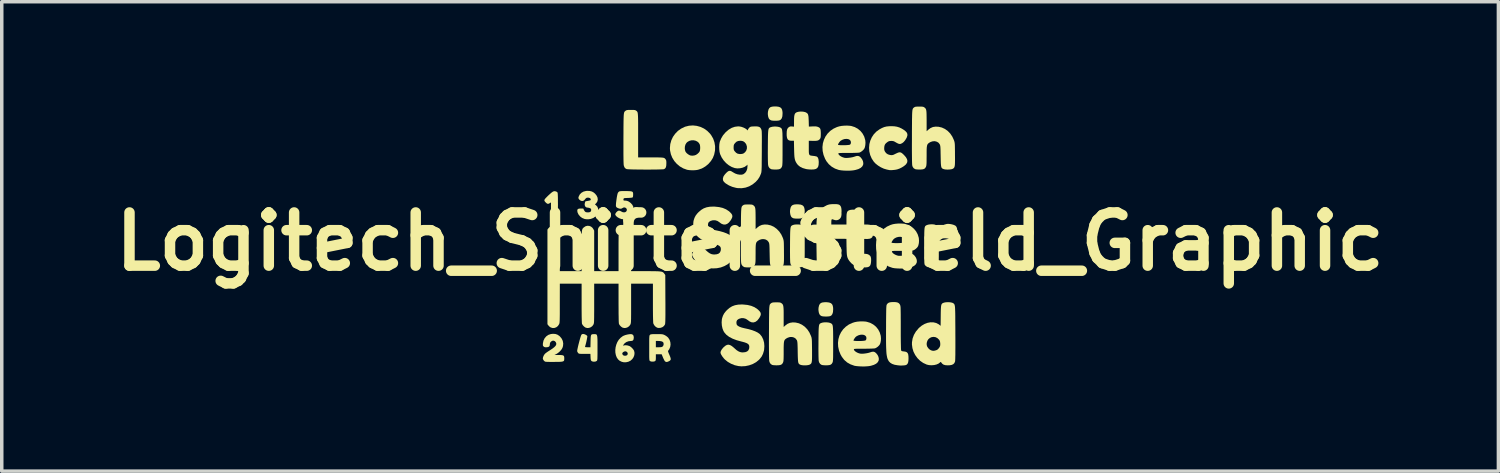
<source format=kicad_pcb>
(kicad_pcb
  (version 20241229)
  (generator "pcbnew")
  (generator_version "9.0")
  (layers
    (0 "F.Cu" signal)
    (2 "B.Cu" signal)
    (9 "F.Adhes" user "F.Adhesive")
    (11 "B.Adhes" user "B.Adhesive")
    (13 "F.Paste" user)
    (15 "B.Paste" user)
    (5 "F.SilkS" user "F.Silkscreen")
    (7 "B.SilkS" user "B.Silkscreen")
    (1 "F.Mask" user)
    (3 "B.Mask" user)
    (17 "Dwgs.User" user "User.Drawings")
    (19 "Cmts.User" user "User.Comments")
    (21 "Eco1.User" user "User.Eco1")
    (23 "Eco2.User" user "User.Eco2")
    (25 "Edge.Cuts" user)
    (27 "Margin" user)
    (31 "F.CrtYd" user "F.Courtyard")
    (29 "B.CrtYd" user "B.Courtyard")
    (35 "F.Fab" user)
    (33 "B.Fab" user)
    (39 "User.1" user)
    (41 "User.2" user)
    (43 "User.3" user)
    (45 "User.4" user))
  (footprint "Logitech_Shifter_Shield_Graphic"
    (layer "F.Cu")
    (at 18.44 3.872)
    (property "Reference" "Logitech_Shifter_Shield_Graphic" (at 0 0 0) (layer "F.SilkS") (effects (font (size 1.524 1.524) (thickness 0.3))))
    (attr board_only exclude_from_pos_files exclude_from_bom)
    (fp_poly (pts (xy 0.748 -3.872) (xy 0.814 -3.864) (xy 0.863 -3.847) (xy 0.898 -3.817) (xy 0.919 -3.773) (xy 0.93 -3.713) (xy 0.931 -3.667) (xy 0.926 -3.591) (xy 0.909 -3.534) (xy 0.881 -3.495) (xy 0.847 -3.475) (xy 0.812 -3.467) (xy 0.766 -3.463) (xy 0.714 -3.462) (xy 0.664 -3.464) (xy 0.622 -3.469) (xy 0.598 -3.476) (xy 0.562 -3.497) (xy 0.538 -3.527) (xy 0.522 -3.57) (xy 0.516 -3.598) (xy 0.509 -3.655) (xy 0.512 -3.711) (xy 0.516 -3.733) (xy 0.529 -3.785) (xy 0.551 -3.824) (xy 0.583 -3.851) (xy 0.629 -3.866) (xy 0.69 -3.872)) (stroke (width 0) (type solid)) (fill yes) (layer "F.SilkS"))
    (fp_poly (pts (xy 1.383 -1.067) (xy 1.449 -1.06) (xy 1.498 -1.042) (xy 1.533 -1.012) (xy 1.554 -0.968) (xy 1.565 -0.908) (xy 1.566 -0.862) (xy 1.561 -0.787) (xy 1.544 -0.729) (xy 1.516 -0.69) (xy 1.482 -0.67) (xy 1.447 -0.663) (xy 1.401 -0.659) (xy 1.349 -0.658) (xy 1.299 -0.66) (xy 1.257 -0.665) (xy 1.233 -0.671) (xy 1.197 -0.692) (xy 1.173 -0.722) (xy 1.157 -0.766) (xy 1.151 -0.793) (xy 1.144 -0.85) (xy 1.147 -0.906) (xy 1.151 -0.928) (xy 1.164 -0.981) (xy 1.186 -1.02) (xy 1.218 -1.046) (xy 1.264 -1.062) (xy 1.325 -1.068)) (stroke (width 0) (type solid)) (fill yes) (layer "F.SilkS"))
    (fp_poly (pts (xy 2.197 1.737) (xy 2.264 1.745) (xy 2.313 1.763) (xy 2.348 1.792) (xy 2.369 1.836) (xy 2.38 1.897) (xy 2.381 1.942) (xy 2.376 2.018) (xy 2.359 2.075) (xy 2.331 2.115) (xy 2.297 2.135) (xy 2.262 2.142) (xy 2.216 2.146) (xy 2.164 2.147) (xy 2.114 2.145) (xy 2.072 2.14) (xy 2.048 2.134) (xy 2.012 2.112) (xy 1.988 2.082) (xy 1.972 2.039) (xy 1.966 2.011) (xy 1.959 1.954) (xy 1.962 1.898) (xy 1.966 1.877) (xy 1.979 1.824) (xy 2.001 1.785) (xy 2.033 1.758) (xy 2.079 1.743) (xy 2.14 1.737)) (stroke (width 0) (type solid)) (fill yes) (layer "F.SilkS"))
    (fp_poly (pts (xy -5.579 -1.442) (xy -5.564 -1.437) (xy -5.534 -1.425) (xy -5.518 -1.409) (xy -5.513 -1.392) (xy -5.51 -1.369) (xy -5.508 -1.329) (xy -5.506 -1.275) (xy -5.505 -1.21) (xy -5.505 -1.139) (xy -5.504 -1.063) (xy -5.505 -0.987) (xy -5.506 -0.913) (xy -5.507 -0.845) (xy -5.508 -0.787) (xy -5.51 -0.741) (xy -5.513 -0.711) (xy -5.515 -0.701) (xy -5.535 -0.672) (xy -5.569 -0.653) (xy -5.61 -0.646) (xy -5.652 -0.653) (xy -5.669 -0.66) (xy -5.682 -0.669) (xy -5.691 -0.682) (xy -5.697 -0.702) (xy -5.701 -0.733) (xy -5.703 -0.776) (xy -5.704 -0.835) (xy -5.704 -0.906) (xy -5.704 -1.122) (xy -5.739 -1.101) (xy -5.772 -1.084) (xy -5.8 -1.082) (xy -5.828 -1.097) (xy -5.854 -1.121) (xy -5.877 -1.146) (xy -5.89 -1.167) (xy -5.893 -1.188) (xy -5.883 -1.212) (xy -5.86 -1.241) (xy -5.823 -1.279) (xy -5.787 -1.315) (xy -5.733 -1.365) (xy -5.69 -1.402) (xy -5.657 -1.426) (xy -5.629 -1.44) (xy -5.604 -1.444)) (stroke (width 0) (type solid)) (fill yes) (layer "F.SilkS"))
    (fp_poly (pts (xy 0.745 -3.296) (xy 0.8 -3.29) (xy 0.844 -3.279) (xy 0.852 -3.275) (xy 0.869 -3.267) (xy 0.884 -3.258) (xy 0.896 -3.247) (xy 0.906 -3.233) (xy 0.914 -3.214) (xy 0.92 -3.187) (xy 0.924 -3.152) (xy 0.928 -3.105) (xy 0.929 -3.046) (xy 0.931 -2.973) (xy 0.931 -2.883) (xy 0.931 -2.776) (xy 0.931 -2.683) (xy 0.931 -2.567) (xy 0.931 -2.47) (xy 0.93 -2.391) (xy 0.93 -2.326) (xy 0.929 -2.276) (xy 0.927 -2.236) (xy 0.925 -2.206) (xy 0.923 -2.184) (xy 0.92 -2.167) (xy 0.916 -2.154) (xy 0.911 -2.142) (xy 0.91 -2.14) (xy 0.891 -2.108) (xy 0.865 -2.086) (xy 0.829 -2.072) (xy 0.78 -2.066) (xy 0.723 -2.064) (xy 0.677 -2.066) (xy 0.637 -2.069) (xy 0.609 -2.074) (xy 0.603 -2.076) (xy 0.561 -2.102) (xy 0.532 -2.142) (xy 0.519 -2.186) (xy 0.515 -2.214) (xy 0.513 -2.262) (xy 0.511 -2.332) (xy 0.51 -2.422) (xy 0.509 -2.533) (xy 0.51 -2.664) (xy 0.51 -2.716) (xy 0.511 -2.835) (xy 0.512 -2.935) (xy 0.513 -3.018) (xy 0.515 -3.084) (xy 0.518 -3.137) (xy 0.522 -3.178) (xy 0.527 -3.209) (xy 0.534 -3.232) (xy 0.543 -3.248) (xy 0.554 -3.259) (xy 0.568 -3.268) (xy 0.584 -3.276) (xy 0.591 -3.278) (xy 0.633 -3.29) (xy 0.687 -3.296)) (stroke (width 0) (type solid)) (fill yes) (layer "F.SilkS"))
    (fp_poly (pts (xy 1.38 -0.491) (xy 1.435 -0.486) (xy 1.479 -0.474) (xy 1.487 -0.471) (xy 1.504 -0.462) (xy 1.519 -0.453) (xy 1.531 -0.443) (xy 1.541 -0.429) (xy 1.549 -0.409) (xy 1.555 -0.383) (xy 1.559 -0.347) (xy 1.563 -0.301) (xy 1.564 -0.242) (xy 1.566 -0.168) (xy 1.566 -0.079) (xy 1.566 0.029) (xy 1.566 0.122) (xy 1.566 0.238) (xy 1.566 0.334) (xy 1.565 0.414) (xy 1.565 0.478) (xy 1.564 0.529) (xy 1.562 0.568) (xy 1.56 0.598) (xy 1.558 0.621) (xy 1.555 0.638) (xy 1.551 0.651) (xy 1.546 0.663) (xy 1.545 0.665) (xy 1.526 0.697) (xy 1.5 0.719) (xy 1.464 0.732) (xy 1.415 0.739) (xy 1.358 0.74) (xy 1.312 0.739) (xy 1.272 0.735) (xy 1.244 0.731) (xy 1.238 0.729) (xy 1.196 0.703) (xy 1.167 0.663) (xy 1.154 0.619) (xy 1.15 0.591) (xy 1.148 0.542) (xy 1.146 0.472) (xy 1.145 0.382) (xy 1.144 0.272) (xy 1.145 0.141) (xy 1.145 0.088) (xy 1.146 -0.031) (xy 1.147 -0.131) (xy 1.148 -0.213) (xy 1.15 -0.28) (xy 1.153 -0.333) (xy 1.157 -0.374) (xy 1.162 -0.405) (xy 1.169 -0.427) (xy 1.178 -0.443) (xy 1.189 -0.455) (xy 1.203 -0.463) (xy 1.219 -0.471) (xy 1.226 -0.474) (xy 1.268 -0.486) (xy 1.322 -0.491)) (stroke (width 0) (type solid)) (fill yes) (layer "F.SilkS"))
    (fp_poly (pts (xy 2.195 2.313) (xy 2.25 2.319) (xy 2.294 2.33) (xy 2.302 2.334) (xy 2.319 2.343) (xy 2.334 2.351) (xy 2.346 2.362) (xy 2.356 2.376) (xy 2.364 2.395) (xy 2.37 2.422) (xy 2.374 2.458) (xy 2.377 2.504) (xy 2.379 2.563) (xy 2.38 2.636) (xy 2.381 2.726) (xy 2.381 2.834) (xy 2.381 2.926) (xy 2.381 3.042) (xy 2.381 3.139) (xy 2.38 3.219) (xy 2.38 3.283) (xy 2.379 3.334) (xy 2.377 3.373) (xy 2.375 3.403) (xy 2.373 3.425) (xy 2.37 3.442) (xy 2.366 3.456) (xy 2.361 3.467) (xy 2.36 3.469) (xy 2.341 3.501) (xy 2.315 3.523) (xy 2.279 3.537) (xy 2.229 3.543) (xy 2.173 3.545) (xy 2.127 3.543) (xy 2.087 3.54) (xy 2.059 3.535) (xy 2.053 3.534) (xy 2.011 3.507) (xy 1.982 3.467) (xy 1.968 3.423) (xy 1.965 3.396) (xy 1.963 3.347) (xy 1.961 3.277) (xy 1.96 3.187) (xy 1.959 3.076) (xy 1.96 2.945) (xy 1.96 2.893) (xy 1.961 2.774) (xy 1.962 2.674) (xy 1.963 2.592) (xy 1.965 2.525) (xy 1.968 2.472) (xy 1.972 2.431) (xy 1.977 2.4) (xy 1.984 2.378) (xy 1.993 2.361) (xy 2.004 2.35) (xy 2.018 2.341) (xy 2.034 2.334) (xy 2.041 2.331) (xy 2.083 2.319) (xy 2.137 2.313)) (stroke (width 0) (type solid)) (fill yes) (layer "F.SilkS"))
    (fp_poly (pts (xy -3.395 2.653) (xy -3.361 2.667) (xy -3.34 2.695) (xy -3.332 2.738) (xy -3.332 2.752) (xy -3.337 2.799) (xy -3.353 2.829) (xy -3.38 2.844) (xy -3.412 2.847) (xy -3.481 2.855) (xy -3.542 2.877) (xy -3.592 2.912) (xy -3.622 2.949) (xy -3.642 2.983) (xy -3.605 2.973) (xy -3.563 2.969) (xy -3.512 2.975) (xy -3.462 2.99) (xy -3.441 3) (xy -3.409 3.023) (xy -3.374 3.056) (xy -3.344 3.092) (xy -3.324 3.125) (xy -3.323 3.127) (xy -3.31 3.189) (xy -3.316 3.252) (xy -3.338 3.313) (xy -3.375 3.367) (xy -3.424 3.411) (xy -3.484 3.441) (xy -3.494 3.444) (xy -3.559 3.458) (xy -3.62 3.457) (xy -3.676 3.444) (xy -3.736 3.415) (xy -3.784 3.372) (xy -3.821 3.316) (xy -3.845 3.252) (xy -3.854 3.205) (xy -3.662 3.205) (xy -3.656 3.227) (xy -3.645 3.247) (xy -3.622 3.264) (xy -3.588 3.271) (xy -3.553 3.268) (xy -3.524 3.254) (xy -3.522 3.253) (xy -3.506 3.226) (xy -3.506 3.196) (xy -3.52 3.169) (xy -3.546 3.15) (xy -3.576 3.143) (xy -3.606 3.15) (xy -3.635 3.166) (xy -3.656 3.188) (xy -3.662 3.205) (xy -3.854 3.205) (xy -3.859 3.18) (xy -3.861 3.104) (xy -3.852 3.027) (xy -3.832 2.951) (xy -3.802 2.878) (xy -3.761 2.812) (xy -3.709 2.756) (xy -3.648 2.71) (xy -3.627 2.699) (xy -3.577 2.679) (xy -3.52 2.664) (xy -3.464 2.654) (xy -3.415 2.651)) (stroke (width 0) (type solid)) (fill yes) (layer "F.SilkS"))
    (fp_poly (pts (xy -1.527 -3.316) (xy -1.42 -3.286) (xy -1.32 -3.239) (xy -1.228 -3.174) (xy -1.147 -3.093) (xy -1.112 -3.046) (xy -1.057 -2.951) (xy -1.021 -2.847) (xy -1.002 -2.737) (xy -1.003 -2.626) (xy -1.006 -2.601) (xy -1.028 -2.493) (xy -1.066 -2.396) (xy -1.121 -2.308) (xy -1.192 -2.226) (xy -1.282 -2.152) (xy -1.381 -2.095) (xy -1.487 -2.059) (xy -1.541 -2.049) (xy -1.607 -2.044) (xy -1.678 -2.044) (xy -1.744 -2.048) (xy -1.8 -2.057) (xy -1.808 -2.059) (xy -1.915 -2.098) (xy -2.012 -2.154) (xy -2.097 -2.225) (xy -2.17 -2.308) (xy -2.228 -2.401) (xy -2.269 -2.503) (xy -2.292 -2.611) (xy -2.295 -2.654) (xy -1.87 -2.654) (xy -1.857 -2.595) (xy -1.844 -2.568) (xy -1.816 -2.534) (xy -1.775 -2.501) (xy -1.73 -2.475) (xy -1.703 -2.466) (xy -1.65 -2.461) (xy -1.594 -2.469) (xy -1.55 -2.484) (xy -1.507 -2.513) (xy -1.467 -2.551) (xy -1.444 -2.584) (xy -1.435 -2.614) (xy -1.43 -2.656) (xy -1.429 -2.704) (xy -1.433 -2.748) (xy -1.44 -2.78) (xy -1.469 -2.83) (xy -1.512 -2.867) (xy -1.565 -2.892) (xy -1.623 -2.903) (xy -1.684 -2.901) (xy -1.742 -2.885) (xy -1.794 -2.855) (xy -1.824 -2.826) (xy -1.853 -2.776) (xy -1.868 -2.717) (xy -1.87 -2.654) (xy -2.295 -2.654) (xy -2.296 -2.683) (xy -2.286 -2.794) (xy -2.256 -2.901) (xy -2.209 -3.001) (xy -2.145 -3.091) (xy -2.068 -3.171) (xy -1.977 -3.236) (xy -1.875 -3.286) (xy -1.86 -3.292) (xy -1.749 -3.32) (xy -1.637 -3.328)) (stroke (width 0) (type solid)) (fill yes) (layer "F.SilkS"))
    (fp_poly (pts (xy -4.752 2.651) (xy -4.717 2.665) (xy -4.686 2.683) (xy -4.666 2.701) (xy -4.663 2.707) (xy -4.663 2.724) (xy -4.668 2.757) (xy -4.676 2.802) (xy -4.687 2.854) (xy -4.7 2.909) (xy -4.714 2.963) (xy -4.727 3.008) (xy -4.727 3.018) (xy -4.72 3.023) (xy -4.699 3.026) (xy -4.663 3.027) (xy -4.653 3.027) (xy -4.573 3.027) (xy -4.57 2.858) (xy -4.568 2.787) (xy -4.565 2.735) (xy -4.56 2.698) (xy -4.551 2.674) (xy -4.536 2.66) (xy -4.515 2.654) (xy -4.486 2.652) (xy -4.47 2.652) (xy -4.445 2.652) (xy -4.424 2.653) (xy -4.408 2.658) (xy -4.395 2.668) (xy -4.386 2.686) (xy -4.379 2.713) (xy -4.375 2.751) (xy -4.372 2.803) (xy -4.371 2.87) (xy -4.371 2.954) (xy -4.371 3.049) (xy -4.371 3.144) (xy -4.371 3.221) (xy -4.372 3.28) (xy -4.373 3.325) (xy -4.374 3.359) (xy -4.377 3.382) (xy -4.38 3.397) (xy -4.384 3.408) (xy -4.389 3.415) (xy -4.392 3.418) (xy -4.42 3.434) (xy -4.458 3.441) (xy -4.499 3.439) (xy -4.533 3.428) (xy -4.547 3.417) (xy -4.558 3.4) (xy -4.565 3.374) (xy -4.569 3.335) (xy -4.57 3.306) (xy -4.574 3.217) (xy -4.738 3.217) (xy -4.8 3.217) (xy -4.845 3.216) (xy -4.875 3.215) (xy -4.896 3.211) (xy -4.91 3.206) (xy -4.92 3.198) (xy -4.927 3.191) (xy -4.949 3.156) (xy -4.953 3.131) (xy -4.95 3.105) (xy -4.942 3.065) (xy -4.931 3.014) (xy -4.917 2.955) (xy -4.901 2.894) (xy -4.885 2.832) (xy -4.869 2.775) (xy -4.854 2.726) (xy -4.842 2.69) (xy -4.832 2.669) (xy -4.831 2.666) (xy -4.806 2.65) (xy -4.785 2.646)) (stroke (width 0) (type solid)) (fill yes) (layer "F.SilkS"))
    (fp_poly (pts (xy -5.577 2.647) (xy -5.52 2.666) (xy -5.467 2.701) (xy -5.449 2.717) (xy -5.399 2.777) (xy -5.366 2.845) (xy -5.353 2.918) (xy -5.359 2.992) (xy -5.376 3.046) (xy -5.405 3.095) (xy -5.449 3.145) (xy -5.501 3.19) (xy -5.555 3.225) (xy -5.558 3.226) (xy -5.604 3.249) (xy -5.487 3.249) (xy -5.425 3.25) (xy -5.381 3.254) (xy -5.351 3.263) (xy -5.334 3.278) (xy -5.326 3.301) (xy -5.323 3.334) (xy -5.323 3.343) (xy -5.324 3.373) (xy -5.326 3.397) (xy -5.334 3.415) (xy -5.348 3.427) (xy -5.372 3.436) (xy -5.407 3.442) (xy -5.457 3.445) (xy -5.523 3.446) (xy -5.608 3.447) (xy -5.678 3.447) (xy -5.742 3.447) (xy -5.797 3.446) (xy -5.839 3.444) (xy -5.864 3.441) (xy -5.87 3.44) (xy -5.898 3.421) (xy -5.922 3.391) (xy -5.936 3.359) (xy -5.937 3.348) (xy -5.93 3.309) (xy -5.911 3.264) (xy -5.885 3.224) (xy -5.876 3.214) (xy -5.856 3.197) (xy -5.823 3.172) (xy -5.78 3.143) (xy -5.733 3.113) (xy -5.728 3.11) (xy -5.658 3.063) (xy -5.606 3.022) (xy -5.571 2.985) (xy -5.554 2.951) (xy -5.552 2.919) (xy -5.562 2.889) (xy -5.589 2.855) (xy -5.624 2.839) (xy -5.663 2.841) (xy -5.7 2.863) (xy -5.705 2.867) (xy -5.728 2.897) (xy -5.736 2.93) (xy -5.736 2.94) (xy -5.741 2.98) (xy -5.757 3.007) (xy -5.787 3.022) (xy -5.833 3.028) (xy -5.866 3.028) (xy -5.895 3.02) (xy -5.917 3.004) (xy -5.93 2.989) (xy -5.936 2.97) (xy -5.936 2.941) (xy -5.935 2.917) (xy -5.919 2.838) (xy -5.886 2.77) (xy -5.839 2.715) (xy -5.779 2.673) (xy -5.708 2.649) (xy -5.646 2.642)) (stroke (width 0) (type solid)) (fill yes) (layer "F.SilkS"))
    (fp_poly (pts (xy 4.173 1.734) (xy 4.223 1.744) (xy 4.258 1.762) (xy 4.284 1.789) (xy 4.297 1.812) (xy 4.301 1.822) (xy 4.305 1.834) (xy 4.308 1.849) (xy 4.311 1.868) (xy 4.313 1.894) (xy 4.314 1.927) (xy 4.315 1.971) (xy 4.316 2.026) (xy 4.317 2.095) (xy 4.317 2.179) (xy 4.318 2.279) (xy 4.318 2.398) (xy 4.318 2.473) (xy 4.318 2.591) (xy 4.318 2.701) (xy 4.319 2.802) (xy 4.32 2.892) (xy 4.322 2.97) (xy 4.323 3.032) (xy 4.325 3.079) (xy 4.327 3.107) (xy 4.328 3.115) (xy 4.336 3.129) (xy 4.351 3.138) (xy 4.378 3.144) (xy 4.4 3.146) (xy 4.452 3.154) (xy 4.489 3.169) (xy 4.515 3.194) (xy 4.531 3.232) (xy 4.538 3.285) (xy 4.54 3.346) (xy 4.537 3.416) (xy 4.527 3.468) (xy 4.509 3.505) (xy 4.485 3.528) (xy 4.456 3.54) (xy 4.411 3.547) (xy 4.354 3.55) (xy 4.292 3.55) (xy 4.231 3.544) (xy 4.141 3.529) (xy 4.07 3.504) (xy 4.015 3.47) (xy 3.973 3.425) (xy 3.943 3.367) (xy 3.938 3.354) (xy 3.929 3.324) (xy 3.922 3.291) (xy 3.915 3.254) (xy 3.909 3.21) (xy 3.905 3.157) (xy 3.902 3.095) (xy 3.899 3.022) (xy 3.897 2.936) (xy 3.896 2.834) (xy 3.896 2.717) (xy 3.896 2.581) (xy 3.897 2.445) (xy 3.897 2.315) (xy 3.898 2.205) (xy 3.899 2.113) (xy 3.9 2.037) (xy 3.901 1.975) (xy 3.902 1.926) (xy 3.904 1.888) (xy 3.906 1.859) (xy 3.908 1.838) (xy 3.911 1.822) (xy 3.915 1.811) (xy 3.919 1.802) (xy 3.919 1.801) (xy 3.944 1.77) (xy 3.979 1.748) (xy 4.029 1.736) (xy 4.095 1.732) (xy 4.106 1.732)) (stroke (width 0) (type solid)) (fill yes) (layer "F.SilkS"))
    (fp_poly (pts (xy -4.591 -1.45) (xy -4.529 -1.434) (xy -4.475 -1.403) (xy -4.438 -1.37) (xy -4.395 -1.316) (xy -4.369 -1.259) (xy -4.363 -1.203) (xy -4.375 -1.15) (xy -4.405 -1.103) (xy -4.413 -1.096) (xy -4.444 -1.066) (xy -4.412 -1.04) (xy -4.375 -0.999) (xy -4.355 -0.951) (xy -4.35 -0.897) (xy -4.36 -0.828) (xy -4.388 -0.767) (xy -4.433 -0.716) (xy -4.492 -0.676) (xy -4.563 -0.65) (xy -4.627 -0.64) (xy -4.681 -0.64) (xy -4.732 -0.646) (xy -4.745 -0.65) (xy -4.811 -0.677) (xy -4.867 -0.719) (xy -4.912 -0.772) (xy -4.941 -0.831) (xy -4.948 -0.863) (xy -4.95 -0.901) (xy -4.94 -0.926) (xy -4.917 -0.94) (xy -4.876 -0.947) (xy -4.851 -0.947) (xy -4.778 -0.947) (xy -4.758 -0.903) (xy -4.74 -0.873) (xy -4.719 -0.852) (xy -4.712 -0.847) (xy -4.677 -0.838) (xy -4.635 -0.837) (xy -4.596 -0.843) (xy -4.574 -0.853) (xy -4.556 -0.877) (xy -4.551 -0.909) (xy -4.559 -0.939) (xy -4.579 -0.954) (xy -4.612 -0.967) (xy -4.65 -0.973) (xy -4.661 -0.974) (xy -4.698 -0.983) (xy -4.724 -1.009) (xy -4.737 -1.045) (xy -4.738 -1.071) (xy -4.734 -1.102) (xy -4.726 -1.131) (xy -4.717 -1.151) (xy -4.711 -1.155) (xy -4.652 -1.165) (xy -4.611 -1.173) (xy -4.585 -1.18) (xy -4.57 -1.188) (xy -4.564 -1.197) (xy -4.563 -1.199) (xy -4.567 -1.226) (xy -4.589 -1.247) (xy -4.624 -1.258) (xy -4.642 -1.259) (xy -4.667 -1.258) (xy -4.686 -1.253) (xy -4.703 -1.241) (xy -4.725 -1.217) (xy -4.745 -1.192) (xy -4.776 -1.168) (xy -4.812 -1.162) (xy -4.851 -1.172) (xy -4.887 -1.198) (xy -4.906 -1.222) (xy -4.917 -1.243) (xy -4.917 -1.265) (xy -4.91 -1.288) (xy -4.88 -1.349) (xy -4.833 -1.397) (xy -4.773 -1.432) (xy -4.703 -1.45) (xy -4.665 -1.454)) (stroke (width 0) (type solid)) (fill yes) (layer "F.SilkS"))
    (fp_poly (pts (xy -3.565 -1.448) (xy -3.549 -1.448) (xy -3.479 -1.446) (xy -3.428 -1.443) (xy -3.393 -1.437) (xy -3.37 -1.427) (xy -3.357 -1.411) (xy -3.351 -1.388) (xy -3.35 -1.356) (xy -3.35 -1.344) (xy -3.352 -1.304) (xy -3.358 -1.276) (xy -3.363 -1.268) (xy -3.382 -1.26) (xy -3.422 -1.255) (xy -3.483 -1.251) (xy -3.497 -1.251) (xy -3.549 -1.249) (xy -3.584 -1.247) (xy -3.605 -1.243) (xy -3.617 -1.238) (xy -3.622 -1.229) (xy -3.624 -1.224) (xy -3.629 -1.195) (xy -3.624 -1.181) (xy -3.603 -1.175) (xy -3.582 -1.175) (xy -3.525 -1.168) (xy -3.473 -1.146) (xy -3.42 -1.106) (xy -3.418 -1.104) (xy -3.373 -1.055) (xy -3.346 -1) (xy -3.335 -0.935) (xy -3.334 -0.91) (xy -3.344 -0.834) (xy -3.37 -0.769) (xy -3.412 -0.714) (xy -3.466 -0.673) (xy -3.53 -0.647) (xy -3.602 -0.637) (xy -3.68 -0.646) (xy -3.694 -0.649) (xy -3.746 -0.669) (xy -3.793 -0.695) (xy -3.831 -0.726) (xy -3.856 -0.758) (xy -3.863 -0.785) (xy -3.856 -0.803) (xy -3.839 -0.83) (xy -3.825 -0.847) (xy -3.79 -0.877) (xy -3.757 -0.888) (xy -3.722 -0.88) (xy -3.691 -0.863) (xy -3.648 -0.842) (xy -3.606 -0.837) (xy -3.569 -0.846) (xy -3.542 -0.869) (xy -3.535 -0.883) (xy -3.53 -0.919) (xy -3.542 -0.948) (xy -3.566 -0.969) (xy -3.597 -0.979) (xy -3.632 -0.974) (xy -3.663 -0.956) (xy -3.694 -0.942) (xy -3.736 -0.943) (xy -3.782 -0.958) (xy -3.807 -0.971) (xy -3.825 -0.983) (xy -3.837 -1) (xy -3.843 -1.023) (xy -3.843 -1.056) (xy -3.84 -1.103) (xy -3.832 -1.165) (xy -3.828 -1.197) (xy -3.817 -1.273) (xy -3.806 -1.33) (xy -3.796 -1.373) (xy -3.783 -1.402) (xy -3.768 -1.422) (xy -3.75 -1.435) (xy -3.738 -1.441) (xy -3.717 -1.444) (xy -3.678 -1.447) (xy -3.626 -1.448)) (stroke (width 0) (type solid)) (fill yes) (layer "F.SilkS"))
    (fp_poly (pts (xy 4.129 -3.304) (xy 4.206 -3.292) (xy 4.276 -3.271) (xy 4.345 -3.238) (xy 4.395 -3.208) (xy 4.452 -3.165) (xy 4.489 -3.125) (xy 4.507 -3.083) (xy 4.507 -3.037) (xy 4.49 -2.984) (xy 4.482 -2.967) (xy 4.444 -2.904) (xy 4.401 -2.853) (xy 4.356 -2.818) (xy 4.311 -2.799) (xy 4.272 -2.798) (xy 4.246 -2.807) (xy 4.21 -2.824) (xy 4.175 -2.844) (xy 4.137 -2.866) (xy 4.107 -2.878) (xy 4.075 -2.883) (xy 4.046 -2.884) (xy 4.005 -2.882) (xy 3.976 -2.875) (xy 3.948 -2.86) (xy 3.936 -2.852) (xy 3.892 -2.817) (xy 3.865 -2.782) (xy 3.85 -2.741) (xy 3.844 -2.695) (xy 3.843 -2.65) (xy 3.849 -2.616) (xy 3.862 -2.584) (xy 3.898 -2.535) (xy 3.949 -2.5) (xy 4.011 -2.481) (xy 4.028 -2.479) (xy 4.058 -2.477) (xy 4.084 -2.48) (xy 4.111 -2.488) (xy 4.146 -2.505) (xy 4.174 -2.519) (xy 4.228 -2.544) (xy 4.27 -2.558) (xy 4.305 -2.557) (xy 4.34 -2.543) (xy 4.377 -2.513) (xy 4.415 -2.476) (xy 4.466 -2.417) (xy 4.497 -2.362) (xy 4.508 -2.312) (xy 4.5 -2.264) (xy 4.471 -2.218) (xy 4.456 -2.202) (xy 4.409 -2.163) (xy 4.349 -2.125) (xy 4.285 -2.093) (xy 4.223 -2.071) (xy 4.223 -2.071) (xy 4.181 -2.061) (xy 4.131 -2.054) (xy 4.08 -2.049) (xy 4.034 -2.047) (xy 4.001 -2.048) (xy 3.995 -2.049) (xy 3.973 -2.053) (xy 3.939 -2.06) (xy 3.916 -2.065) (xy 3.834 -2.089) (xy 3.749 -2.128) (xy 3.668 -2.178) (xy 3.597 -2.234) (xy 3.546 -2.288) (xy 3.485 -2.381) (xy 3.442 -2.48) (xy 3.417 -2.584) (xy 3.41 -2.689) (xy 3.419 -2.793) (xy 3.446 -2.894) (xy 3.489 -2.99) (xy 3.548 -3.078) (xy 3.623 -3.155) (xy 3.708 -3.216) (xy 3.78 -3.255) (xy 3.845 -3.282) (xy 3.912 -3.298) (xy 3.987 -3.305) (xy 4.038 -3.307)) (stroke (width 0) (type solid)) (fill yes) (layer "F.SilkS"))
    (fp_poly (pts (xy -3.359 -3.773) (xy -3.322 -3.771) (xy -3.296 -3.767) (xy -3.278 -3.76) (xy -3.263 -3.751) (xy -3.252 -3.742) (xy -3.242 -3.734) (xy -3.234 -3.724) (xy -3.227 -3.711) (xy -3.221 -3.694) (xy -3.217 -3.67) (xy -3.214 -3.638) (xy -3.211 -3.597) (xy -3.209 -3.544) (xy -3.208 -3.478) (xy -3.207 -3.398) (xy -3.207 -3.302) (xy -3.207 -3.187) (xy -3.207 -3.054) (xy -3.207 -3.045) (xy -3.207 -2.413) (xy -2.85 -2.413) (xy -2.749 -2.413) (xy -2.667 -2.412) (xy -2.601 -2.411) (xy -2.55 -2.409) (xy -2.512 -2.406) (xy -2.483 -2.402) (xy -2.462 -2.395) (xy -2.447 -2.387) (xy -2.435 -2.376) (xy -2.424 -2.362) (xy -2.419 -2.357) (xy -2.408 -2.337) (xy -2.401 -2.314) (xy -2.398 -2.28) (xy -2.398 -2.24) (xy -2.401 -2.176) (xy -2.412 -2.129) (xy -2.432 -2.097) (xy -2.461 -2.078) (xy -2.467 -2.075) (xy -2.487 -2.072) (xy -2.525 -2.07) (xy -2.579 -2.068) (xy -2.646 -2.066) (xy -2.723 -2.064) (xy -2.809 -2.064) (xy -2.9 -2.063) (xy -2.994 -2.063) (xy -3.088 -2.064) (xy -3.179 -2.064) (xy -3.266 -2.066) (xy -3.346 -2.067) (xy -3.415 -2.069) (xy -3.472 -2.072) (xy -3.513 -2.074) (xy -3.537 -2.078) (xy -3.54 -2.079) (xy -3.577 -2.101) (xy -3.601 -2.133) (xy -3.617 -2.179) (xy -3.62 -2.193) (xy -3.622 -2.218) (xy -3.624 -2.262) (xy -3.626 -2.327) (xy -3.627 -2.411) (xy -3.628 -2.514) (xy -3.628 -2.635) (xy -3.628 -2.773) (xy -3.628 -2.927) (xy -3.628 -2.96) (xy -3.627 -3.103) (xy -3.627 -3.227) (xy -3.626 -3.333) (xy -3.625 -3.422) (xy -3.624 -3.496) (xy -3.622 -3.557) (xy -3.62 -3.606) (xy -3.617 -3.644) (xy -3.613 -3.673) (xy -3.608 -3.696) (xy -3.602 -3.712) (xy -3.594 -3.724) (xy -3.586 -3.733) (xy -3.576 -3.742) (xy -3.564 -3.75) (xy -3.563 -3.751) (xy -3.547 -3.761) (xy -3.529 -3.767) (xy -3.503 -3.771) (xy -3.465 -3.773) (xy -3.413 -3.773)) (stroke (width 0) (type solid)) (fill yes) (layer "F.SilkS"))
    (fp_poly (pts (xy -2.61 2.651) (xy -2.562 2.652) (xy -2.528 2.654) (xy -2.502 2.658) (xy -2.481 2.664) (xy -2.46 2.673) (xy -2.442 2.681) (xy -2.402 2.705) (xy -2.364 2.735) (xy -2.344 2.755) (xy -2.306 2.814) (xy -2.284 2.881) (xy -2.278 2.951) (xy -2.288 3.019) (xy -2.314 3.082) (xy -2.339 3.117) (xy -2.347 3.127) (xy -2.35 3.138) (xy -2.348 3.154) (xy -2.339 3.179) (xy -2.324 3.217) (xy -2.31 3.248) (xy -2.287 3.304) (xy -2.275 3.345) (xy -2.272 3.374) (xy -2.281 3.395) (xy -2.3 3.413) (xy -2.327 3.429) (xy -2.373 3.447) (xy -2.409 3.447) (xy -2.436 3.431) (xy -2.443 3.424) (xy -2.456 3.402) (xy -2.474 3.367) (xy -2.493 3.326) (xy -2.498 3.313) (xy -2.533 3.228) (xy -2.699 3.228) (xy -2.699 3.316) (xy -2.7 3.362) (xy -2.703 3.392) (xy -2.709 3.411) (xy -2.718 3.422) (xy -2.744 3.434) (xy -2.781 3.439) (xy -2.821 3.438) (xy -2.855 3.429) (xy -2.866 3.423) (xy -2.872 3.418) (xy -2.877 3.412) (xy -2.881 3.403) (xy -2.884 3.388) (xy -2.886 3.365) (xy -2.888 3.332) (xy -2.889 3.287) (xy -2.889 3.227) (xy -2.889 3.151) (xy -2.889 3.056) (xy -2.889 3.049) (xy -2.889 3.027) (xy -2.699 3.027) (xy -2.616 3.027) (xy -2.57 3.026) (xy -2.539 3.022) (xy -2.517 3.014) (xy -2.504 3.005) (xy -2.483 2.975) (xy -2.475 2.936) (xy -2.483 2.895) (xy -2.503 2.872) (xy -2.541 2.856) (xy -2.596 2.848) (xy -2.624 2.847) (xy -2.699 2.847) (xy -2.699 3.027) (xy -2.889 3.027) (xy -2.889 2.953) (xy -2.889 2.875) (xy -2.889 2.814) (xy -2.888 2.768) (xy -2.886 2.734) (xy -2.884 2.71) (xy -2.881 2.694) (xy -2.877 2.683) (xy -2.872 2.676) (xy -2.867 2.671) (xy -2.857 2.664) (xy -2.843 2.658) (xy -2.822 2.655) (xy -2.791 2.652) (xy -2.746 2.651) (xy -2.684 2.651) (xy -2.674 2.651)) (stroke (width 0) (type solid)) (fill yes) (layer "F.SilkS"))
    (fp_poly (pts (xy 5.729 -0.504) (xy 5.787 -0.493) (xy 5.84 -0.477) (xy 5.881 -0.457) (xy 5.885 -0.455) (xy 5.914 -0.422) (xy 5.931 -0.375) (xy 5.936 -0.319) (xy 5.929 -0.257) (xy 5.909 -0.194) (xy 5.898 -0.171) (xy 5.862 -0.116) (xy 5.82 -0.08) (xy 5.771 -0.065) (xy 5.716 -0.069) (xy 5.687 -0.079) (xy 5.655 -0.088) (xy 5.613 -0.094) (xy 5.584 -0.095) (xy 5.541 -0.093) (xy 5.509 -0.085) (xy 5.48 -0.069) (xy 5.479 -0.068) (xy 5.46 -0.055) (xy 5.444 -0.041) (xy 5.432 -0.025) (xy 5.423 -0.005) (xy 5.417 0.023) (xy 5.412 0.06) (xy 5.41 0.109) (xy 5.409 0.173) (xy 5.408 0.253) (xy 5.408 0.325) (xy 5.408 0.415) (xy 5.407 0.486) (xy 5.407 0.542) (xy 5.405 0.583) (xy 5.403 0.614) (xy 5.399 0.637) (xy 5.395 0.653) (xy 5.39 0.666) (xy 5.39 0.667) (xy 5.367 0.699) (xy 5.336 0.721) (xy 5.293 0.734) (xy 5.233 0.74) (xy 5.202 0.741) (xy 5.145 0.739) (xy 5.104 0.734) (xy 5.074 0.724) (xy 5.07 0.722) (xy 5.039 0.701) (xy 5.013 0.676) (xy 5.012 0.674) (xy 5.007 0.667) (xy 5.003 0.658) (xy 4.999 0.647) (xy 4.997 0.631) (xy 4.994 0.608) (xy 4.993 0.576) (xy 4.992 0.535) (xy 4.991 0.481) (xy 4.99 0.413) (xy 4.99 0.329) (xy 4.99 0.227) (xy 4.99 0.129) (xy 4.99 0.005) (xy 4.99 -0.099) (xy 4.991 -0.185) (xy 4.992 -0.256) (xy 4.994 -0.313) (xy 4.997 -0.357) (xy 5.001 -0.391) (xy 5.007 -0.416) (xy 5.014 -0.434) (xy 5.023 -0.447) (xy 5.035 -0.457) (xy 5.048 -0.465) (xy 5.062 -0.472) (xy 5.1 -0.485) (xy 5.152 -0.493) (xy 5.21 -0.496) (xy 5.264 -0.492) (xy 5.29 -0.487) (xy 5.331 -0.472) (xy 5.366 -0.448) (xy 5.39 -0.421) (xy 5.397 -0.396) (xy 5.4 -0.384) (xy 5.409 -0.384) (xy 5.428 -0.397) (xy 5.448 -0.414) (xy 5.504 -0.454) (xy 5.567 -0.485) (xy 5.631 -0.504) (xy 5.673 -0.508)) (stroke (width 0) (type solid)) (fill yes) (layer "F.SilkS"))
    (fp_poly (pts (xy 1.517 -3.723) (xy 1.572 -3.712) (xy 1.598 -3.702) (xy 1.625 -3.686) (xy 1.645 -3.669) (xy 1.659 -3.647) (xy 1.668 -3.615) (xy 1.675 -3.572) (xy 1.678 -3.513) (xy 1.681 -3.455) (xy 1.685 -3.295) (xy 1.79 -3.3) (xy 1.846 -3.301) (xy 1.887 -3.3) (xy 1.92 -3.294) (xy 1.941 -3.287) (xy 1.975 -3.272) (xy 1.998 -3.253) (xy 2.014 -3.227) (xy 2.022 -3.19) (xy 2.026 -3.138) (xy 2.027 -3.094) (xy 2.026 -3.04) (xy 2.024 -3.003) (xy 2.02 -2.978) (xy 2.014 -2.96) (xy 2.005 -2.946) (xy 1.983 -2.92) (xy 1.958 -2.903) (xy 1.926 -2.892) (xy 1.883 -2.887) (xy 1.825 -2.886) (xy 1.802 -2.886) (xy 1.683 -2.889) (xy 1.683 -2.695) (xy 1.683 -2.62) (xy 1.684 -2.564) (xy 1.688 -2.523) (xy 1.696 -2.496) (xy 1.709 -2.478) (xy 1.729 -2.468) (xy 1.758 -2.462) (xy 1.797 -2.457) (xy 1.806 -2.456) (xy 1.85 -2.451) (xy 1.887 -2.443) (xy 1.912 -2.436) (xy 1.914 -2.435) (xy 1.941 -2.409) (xy 1.959 -2.365) (xy 1.967 -2.302) (xy 1.968 -2.268) (xy 1.964 -2.197) (xy 1.95 -2.144) (xy 1.924 -2.106) (xy 1.885 -2.081) (xy 1.83 -2.068) (xy 1.757 -2.065) (xy 1.754 -2.065) (xy 1.702 -2.067) (xy 1.648 -2.072) (xy 1.603 -2.079) (xy 1.601 -2.08) (xy 1.508 -2.107) (xy 1.432 -2.145) (xy 1.372 -2.194) (xy 1.335 -2.242) (xy 1.315 -2.276) (xy 1.299 -2.309) (xy 1.287 -2.344) (xy 1.278 -2.385) (xy 1.271 -2.435) (xy 1.267 -2.497) (xy 1.264 -2.575) (xy 1.262 -2.648) (xy 1.257 -2.889) (xy 1.191 -2.889) (xy 1.14 -2.893) (xy 1.102 -2.908) (xy 1.075 -2.934) (xy 1.059 -2.974) (xy 1.05 -3.031) (xy 1.049 -3.096) (xy 1.052 -3.162) (xy 1.062 -3.212) (xy 1.08 -3.248) (xy 1.107 -3.276) (xy 1.112 -3.279) (xy 1.139 -3.294) (xy 1.165 -3.3) (xy 1.202 -3.299) (xy 1.204 -3.298) (xy 1.259 -3.293) (xy 1.26 -3.448) (xy 1.261 -3.526) (xy 1.265 -3.585) (xy 1.273 -3.63) (xy 1.285 -3.662) (xy 1.303 -3.685) (xy 1.328 -3.701) (xy 1.343 -3.708) (xy 1.394 -3.721) (xy 1.455 -3.726)) (stroke (width 0) (type solid)) (fill yes) (layer "F.SilkS"))
    (fp_poly (pts (xy -1.011 -1.002) (xy -0.888 -0.989) (xy -0.781 -0.964) (xy -0.687 -0.924) (xy -0.606 -0.871) (xy -0.583 -0.851) (xy -0.54 -0.807) (xy -0.514 -0.767) (xy -0.506 -0.727) (xy -0.515 -0.684) (xy -0.541 -0.632) (xy -0.559 -0.605) (xy -0.607 -0.545) (xy -0.658 -0.506) (xy -0.712 -0.488) (xy -0.768 -0.491) (xy -0.826 -0.515) (xy -0.879 -0.555) (xy -0.935 -0.592) (xy -0.998 -0.611) (xy -1.064 -0.612) (xy -1.128 -0.594) (xy -1.16 -0.576) (xy -1.184 -0.555) (xy -1.189 -0.549) (xy -1.202 -0.516) (xy -1.206 -0.474) (xy -1.199 -0.434) (xy -1.19 -0.415) (xy -1.16 -0.388) (xy -1.113 -0.362) (xy -1.051 -0.34) (xy -0.982 -0.324) (xy -0.863 -0.298) (xy -0.758 -0.268) (xy -0.668 -0.234) (xy -0.594 -0.197) (xy -0.54 -0.158) (xy -0.531 -0.15) (xy -0.477 -0.082) (xy -0.438 -0.000204) (xy -0.413 0.091) (xy -0.404 0.189) (xy -0.412 0.291) (xy -0.418 0.323) (xy -0.444 0.411) (xy -0.482 0.487) (xy -0.536 0.557) (xy -0.56 0.583) (xy -0.641 0.649) (xy -0.736 0.702) (xy -0.84 0.741) (xy -0.951 0.763) (xy -1.064 0.769) (xy -1.149 0.761) (xy -1.257 0.736) (xy -1.36 0.695) (xy -1.454 0.64) (xy -1.535 0.575) (xy -1.564 0.544) (xy -1.606 0.491) (xy -1.638 0.442) (xy -1.657 0.399) (xy -1.662 0.374) (xy -1.653 0.335) (xy -1.628 0.289) (xy -1.59 0.24) (xy -1.57 0.22) (xy -1.522 0.18) (xy -1.478 0.156) (xy -1.435 0.149) (xy -1.389 0.159) (xy -1.34 0.187) (xy -1.283 0.232) (xy -1.259 0.254) (xy -1.201 0.304) (xy -1.15 0.339) (xy -1.102 0.36) (xy -1.051 0.369) (xy -1.024 0.37) (xy -0.954 0.363) (xy -0.9 0.344) (xy -0.863 0.311) (xy -0.842 0.264) (xy -0.836 0.214) (xy -0.84 0.178) (xy -0.853 0.149) (xy -0.878 0.124) (xy -0.917 0.102) (xy -0.972 0.083) (xy -1.045 0.063) (xy -1.06 0.059) (xy -1.197 0.021) (xy -1.314 -0.023) (xy -1.412 -0.074) (xy -1.49 -0.132) (xy -1.548 -0.196) (xy -1.576 -0.242) (xy -1.605 -0.316) (xy -1.622 -0.401) (xy -1.629 -0.489) (xy -1.623 -0.573) (xy -1.615 -0.611) (xy -1.591 -0.682) (xy -1.559 -0.744) (xy -1.514 -0.803) (xy -1.477 -0.842) (xy -1.405 -0.905) (xy -1.33 -0.951) (xy -1.247 -0.982) (xy -1.154 -0.999) (xy -1.048 -1.003)) (stroke (width 0) (type solid)) (fill yes) (layer "F.SilkS"))
    (fp_poly (pts (xy -0.196 1.803) (xy -0.073 1.815) (xy 0.034 1.841) (xy 0.128 1.88) (xy 0.209 1.934) (xy 0.232 1.953) (xy 0.275 1.997) (xy 0.301 2.037) (xy 0.309 2.077) (xy 0.3 2.121) (xy 0.274 2.172) (xy 0.256 2.2) (xy 0.208 2.26) (xy 0.157 2.298) (xy 0.103 2.316) (xy 0.047 2.313) (xy -0.011 2.289) (xy -0.064 2.25) (xy -0.12 2.213) (xy -0.183 2.194) (xy -0.25 2.193) (xy -0.313 2.211) (xy -0.345 2.229) (xy -0.369 2.25) (xy -0.374 2.255) (xy -0.388 2.289) (xy -0.391 2.33) (xy -0.384 2.37) (xy -0.375 2.39) (xy -0.345 2.417) (xy -0.298 2.442) (xy -0.236 2.464) (xy -0.167 2.481) (xy -0.048 2.507) (xy 0.057 2.537) (xy 0.147 2.571) (xy 0.22 2.607) (xy 0.275 2.646) (xy 0.284 2.655) (xy 0.338 2.723) (xy 0.377 2.804) (xy 0.402 2.896) (xy 0.41 2.994) (xy 0.403 3.096) (xy 0.397 3.127) (xy 0.371 3.215) (xy 0.333 3.292) (xy 0.279 3.362) (xy 0.255 3.387) (xy 0.174 3.454) (xy 0.079 3.507) (xy -0.026 3.545) (xy -0.136 3.568) (xy -0.249 3.574) (xy -0.334 3.566) (xy -0.442 3.541) (xy -0.545 3.499) (xy -0.639 3.445) (xy -0.72 3.379) (xy -0.749 3.349) (xy -0.791 3.296) (xy -0.823 3.246) (xy -0.842 3.204) (xy -0.847 3.178) (xy -0.838 3.139) (xy -0.813 3.093) (xy -0.775 3.045) (xy -0.755 3.025) (xy -0.707 2.984) (xy -0.663 2.96) (xy -0.62 2.953) (xy -0.574 2.964) (xy -0.525 2.991) (xy -0.468 3.037) (xy -0.445 3.058) (xy -0.387 3.109) (xy -0.335 3.143) (xy -0.287 3.164) (xy -0.237 3.174) (xy -0.209 3.175) (xy -0.139 3.168) (xy -0.085 3.148) (xy -0.048 3.115) (xy -0.027 3.069) (xy -0.021 3.019) (xy -0.025 2.983) (xy -0.038 2.953) (xy -0.063 2.929) (xy -0.102 2.907) (xy -0.157 2.887) (xy -0.23 2.867) (xy -0.245 2.864) (xy -0.382 2.826) (xy -0.499 2.782) (xy -0.597 2.731) (xy -0.675 2.673) (xy -0.733 2.608) (xy -0.761 2.563) (xy -0.79 2.489) (xy -0.808 2.404) (xy -0.814 2.315) (xy -0.808 2.231) (xy -0.8 2.193) (xy -0.776 2.122) (xy -0.744 2.061) (xy -0.699 2.002) (xy -0.662 1.962) (xy -0.59 1.9) (xy -0.515 1.854) (xy -0.432 1.823) (xy -0.34 1.806) (xy -0.233 1.801)) (stroke (width 0) (type solid)) (fill yes) (layer "F.SilkS"))
    (fp_poly (pts (xy 2.862 -3.318) (xy 2.902 -3.312) (xy 2.999 -3.281) (xy 3.086 -3.234) (xy 3.162 -3.171) (xy 3.224 -3.095) (xy 3.271 -3.008) (xy 3.299 -2.912) (xy 3.302 -2.896) (xy 3.307 -2.831) (xy 3.302 -2.763) (xy 3.29 -2.703) (xy 3.275 -2.667) (xy 3.25 -2.632) (xy 3.213 -2.597) (xy 3.172 -2.568) (xy 3.136 -2.551) (xy 3.113 -2.548) (xy 3.071 -2.545) (xy 3.014 -2.543) (xy 2.943 -2.541) (xy 2.862 -2.54) (xy 2.813 -2.54) (xy 2.728 -2.54) (xy 2.662 -2.54) (xy 2.612 -2.539) (xy 2.577 -2.538) (xy 2.553 -2.535) (xy 2.539 -2.533) (xy 2.532 -2.529) (xy 2.53 -2.523) (xy 2.529 -2.521) (xy 2.539 -2.495) (xy 2.565 -2.468) (xy 2.602 -2.441) (xy 2.647 -2.419) (xy 2.696 -2.403) (xy 2.715 -2.399) (xy 2.759 -2.396) (xy 2.816 -2.4) (xy 2.878 -2.407) (xy 2.938 -2.418) (xy 2.987 -2.432) (xy 2.991 -2.434) (xy 3.045 -2.451) (xy 3.087 -2.455) (xy 3.122 -2.447) (xy 3.156 -2.424) (xy 3.17 -2.41) (xy 3.209 -2.36) (xy 3.235 -2.304) (xy 3.245 -2.249) (xy 3.24 -2.202) (xy 3.214 -2.153) (xy 3.169 -2.111) (xy 3.104 -2.078) (xy 3.021 -2.053) (xy 2.969 -2.043) (xy 2.909 -2.036) (xy 2.838 -2.032) (xy 2.761 -2.032) (xy 2.685 -2.035) (xy 2.616 -2.041) (xy 2.559 -2.05) (xy 2.542 -2.053) (xy 2.433 -2.092) (xy 2.338 -2.147) (xy 2.256 -2.218) (xy 2.187 -2.305) (xy 2.149 -2.373) (xy 2.105 -2.484) (xy 2.08 -2.596) (xy 2.074 -2.706) (xy 2.082 -2.775) (xy 2.519 -2.775) (xy 2.529 -2.769) (xy 2.555 -2.765) (xy 2.595 -2.762) (xy 2.642 -2.761) (xy 2.694 -2.761) (xy 2.746 -2.763) (xy 2.794 -2.766) (xy 2.833 -2.77) (xy 2.859 -2.776) (xy 2.866 -2.779) (xy 2.883 -2.802) (xy 2.89 -2.837) (xy 2.885 -2.873) (xy 2.878 -2.89) (xy 2.851 -2.919) (xy 2.811 -2.937) (xy 2.762 -2.943) (xy 2.707 -2.938) (xy 2.653 -2.921) (xy 2.602 -2.893) (xy 2.593 -2.887) (xy 2.571 -2.865) (xy 2.548 -2.835) (xy 2.53 -2.805) (xy 2.52 -2.78) (xy 2.519 -2.775) (xy 2.082 -2.775) (xy 2.086 -2.813) (xy 2.116 -2.915) (xy 2.161 -3.01) (xy 2.222 -3.096) (xy 2.298 -3.172) (xy 2.388 -3.234) (xy 2.49 -3.282) (xy 2.557 -3.302) (xy 2.626 -3.315) (xy 2.705 -3.322) (xy 2.787 -3.323)) (stroke (width 0) (type solid)) (fill yes) (layer "F.SilkS"))
    (fp_poly (pts (xy 3.307 2.291) (xy 3.346 2.298) (xy 3.443 2.328) (xy 3.531 2.376) (xy 3.607 2.438) (xy 3.669 2.514) (xy 3.715 2.601) (xy 3.744 2.697) (xy 3.746 2.713) (xy 3.751 2.778) (xy 3.747 2.846) (xy 3.734 2.906) (xy 3.72 2.943) (xy 3.695 2.977) (xy 3.658 3.013) (xy 3.616 3.042) (xy 3.581 3.058) (xy 3.558 3.061) (xy 3.516 3.064) (xy 3.458 3.066) (xy 3.388 3.068) (xy 3.306 3.069) (xy 3.257 3.069) (xy 3.172 3.069) (xy 3.106 3.07) (xy 3.057 3.07) (xy 3.021 3.072) (xy 2.998 3.074) (xy 2.984 3.077) (xy 2.976 3.081) (xy 2.974 3.086) (xy 2.974 3.088) (xy 2.983 3.114) (xy 3.009 3.142) (xy 3.047 3.168) (xy 3.092 3.191) (xy 3.14 3.206) (xy 3.16 3.21) (xy 3.204 3.213) (xy 3.261 3.21) (xy 3.323 3.202) (xy 3.382 3.191) (xy 3.432 3.177) (xy 3.436 3.175) (xy 3.49 3.158) (xy 3.532 3.154) (xy 3.567 3.163) (xy 3.6 3.186) (xy 3.614 3.199) (xy 3.654 3.249) (xy 3.68 3.305) (xy 3.69 3.361) (xy 3.685 3.407) (xy 3.659 3.456) (xy 3.613 3.498) (xy 3.549 3.531) (xy 3.465 3.557) (xy 3.413 3.567) (xy 3.354 3.573) (xy 3.283 3.577) (xy 3.206 3.577) (xy 3.13 3.574) (xy 3.06 3.568) (xy 3.003 3.56) (xy 2.987 3.556) (xy 2.878 3.517) (xy 2.782 3.463) (xy 2.7 3.392) (xy 2.632 3.304) (xy 2.593 3.236) (xy 2.549 3.125) (xy 2.525 3.013) (xy 2.519 2.903) (xy 2.527 2.834) (xy 2.963 2.834) (xy 2.973 2.84) (xy 3 2.844) (xy 3.039 2.847) (xy 3.087 2.848) (xy 3.139 2.848) (xy 3.191 2.847) (xy 3.238 2.844) (xy 3.277 2.839) (xy 3.303 2.834) (xy 3.31 2.83) (xy 3.327 2.807) (xy 3.334 2.773) (xy 3.33 2.736) (xy 3.323 2.719) (xy 3.296 2.69) (xy 3.256 2.672) (xy 3.206 2.666) (xy 3.152 2.671) (xy 3.097 2.688) (xy 3.046 2.716) (xy 3.037 2.722) (xy 3.015 2.744) (xy 2.993 2.774) (xy 2.974 2.804) (xy 2.964 2.829) (xy 2.963 2.834) (xy 2.527 2.834) (xy 2.531 2.796) (xy 2.56 2.694) (xy 2.606 2.599) (xy 2.667 2.513) (xy 2.743 2.438) (xy 2.832 2.375) (xy 2.935 2.328) (xy 3.002 2.307) (xy 3.07 2.294) (xy 3.15 2.287) (xy 3.231 2.286)) (stroke (width 0) (type solid)) (fill yes) (layer "F.SilkS"))
    (fp_poly (pts (xy 4.397 -0.513) (xy 4.437 -0.507) (xy 4.533 -0.477) (xy 4.621 -0.429) (xy 4.697 -0.366) (xy 4.759 -0.29) (xy 4.805 -0.203) (xy 4.834 -0.108) (xy 4.836 -0.092) (xy 4.841 -0.026) (xy 4.837 0.041) (xy 4.824 0.102) (xy 4.81 0.138) (xy 4.785 0.173) (xy 4.748 0.208) (xy 4.707 0.237) (xy 4.671 0.253) (xy 4.648 0.257) (xy 4.606 0.259) (xy 4.549 0.262) (xy 4.478 0.263) (xy 4.396 0.264) (xy 4.347 0.265) (xy 4.262 0.265) (xy 4.196 0.265) (xy 4.147 0.266) (xy 4.111 0.267) (xy 4.088 0.269) (xy 4.074 0.272) (xy 4.067 0.276) (xy 4.064 0.281) (xy 4.064 0.284) (xy 4.074 0.309) (xy 4.099 0.337) (xy 4.137 0.363) (xy 4.182 0.386) (xy 4.23 0.402) (xy 4.25 0.406) (xy 4.294 0.408) (xy 4.351 0.405) (xy 4.413 0.397) (xy 4.472 0.386) (xy 4.522 0.372) (xy 4.526 0.371) (xy 4.58 0.354) (xy 4.622 0.349) (xy 4.657 0.358) (xy 4.69 0.381) (xy 4.704 0.394) (xy 4.744 0.445) (xy 4.77 0.5) (xy 4.78 0.556) (xy 4.775 0.602) (xy 4.749 0.652) (xy 4.704 0.693) (xy 4.639 0.727) (xy 4.555 0.752) (xy 4.503 0.762) (xy 4.444 0.769) (xy 4.373 0.772) (xy 4.296 0.772) (xy 4.22 0.769) (xy 4.15 0.764) (xy 4.093 0.755) (xy 4.077 0.751) (xy 3.968 0.713) (xy 3.872 0.658) (xy 3.79 0.587) (xy 3.722 0.5) (xy 3.683 0.432) (xy 3.639 0.32) (xy 3.615 0.209) (xy 3.609 0.098) (xy 3.617 0.029) (xy 4.053 0.029) (xy 4.063 0.035) (xy 4.09 0.039) (xy 4.129 0.042) (xy 4.177 0.044) (xy 4.229 0.044) (xy 4.281 0.042) (xy 4.328 0.039) (xy 4.367 0.035) (xy 4.394 0.029) (xy 4.4 0.026) (xy 4.418 0.002) (xy 4.424 -0.032) (xy 4.42 -0.069) (xy 4.413 -0.085) (xy 4.386 -0.114) (xy 4.346 -0.132) (xy 4.296 -0.138) (xy 4.242 -0.133) (xy 4.187 -0.117) (xy 4.136 -0.089) (xy 4.128 -0.082) (xy 4.105 -0.061) (xy 4.083 -0.031) (xy 4.064 -0.00021) (xy 4.054 0.024) (xy 4.053 0.029) (xy 3.617 0.029) (xy 3.621 -0.009) (xy 3.65 -0.111) (xy 3.696 -0.206) (xy 3.757 -0.292) (xy 3.833 -0.367) (xy 3.922 -0.429) (xy 4.025 -0.477) (xy 4.092 -0.498) (xy 4.16 -0.51) (xy 4.24 -0.517) (xy 4.321 -0.518)) (stroke (width 0) (type solid)) (fill yes) (layer "F.SilkS"))
    (fp_poly (pts (xy 5.699 1.736) (xy 5.751 1.742) (xy 5.794 1.752) (xy 5.817 1.763) (xy 5.829 1.771) (xy 5.839 1.779) (xy 5.847 1.788) (xy 5.854 1.799) (xy 5.86 1.814) (xy 5.865 1.834) (xy 5.87 1.862) (xy 5.873 1.897) (xy 5.875 1.942) (xy 5.877 1.999) (xy 5.879 2.068) (xy 5.88 2.151) (xy 5.88 2.25) (xy 5.881 2.366) (xy 5.882 2.501) (xy 5.882 2.619) (xy 5.883 2.782) (xy 5.883 2.924) (xy 5.883 3.047) (xy 5.882 3.151) (xy 5.882 3.238) (xy 5.88 3.308) (xy 5.879 3.362) (xy 5.877 3.401) (xy 5.875 3.427) (xy 5.873 3.436) (xy 5.854 3.48) (xy 5.824 3.511) (xy 5.781 3.532) (xy 5.722 3.543) (xy 5.663 3.545) (xy 5.597 3.541) (xy 5.547 3.527) (xy 5.509 3.501) (xy 5.486 3.474) (xy 5.471 3.453) (xy 5.461 3.447) (xy 5.45 3.455) (xy 5.445 3.461) (xy 5.401 3.495) (xy 5.343 3.521) (xy 5.275 3.537) (xy 5.202 3.543) (xy 5.129 3.539) (xy 5.06 3.523) (xy 5.059 3.522) (xy 4.961 3.477) (xy 4.872 3.415) (xy 4.796 3.339) (xy 4.732 3.251) (xy 4.683 3.155) (xy 4.652 3.052) (xy 4.638 2.946) (xy 4.639 2.914) (xy 5.061 2.914) (xy 5.061 2.96) (xy 5.072 2.999) (xy 5.078 3.013) (xy 5.108 3.057) (xy 5.145 3.092) (xy 5.184 3.114) (xy 5.195 3.118) (xy 5.22 3.124) (xy 5.233 3.128) (xy 5.258 3.129) (xy 5.293 3.124) (xy 5.331 3.113) (xy 5.362 3.1) (xy 5.363 3.099) (xy 5.389 3.077) (xy 5.416 3.045) (xy 5.425 3.031) (xy 5.441 3.001) (xy 5.448 2.973) (xy 5.45 2.939) (xy 5.449 2.916) (xy 5.444 2.873) (xy 5.435 2.842) (xy 5.418 2.815) (xy 5.412 2.808) (xy 5.366 2.764) (xy 5.313 2.738) (xy 5.258 2.73) (xy 5.204 2.737) (xy 5.154 2.759) (xy 5.111 2.794) (xy 5.08 2.842) (xy 5.062 2.902) (xy 5.061 2.914) (xy 4.639 2.914) (xy 4.639 2.886) (xy 4.657 2.776) (xy 4.695 2.673) (xy 4.752 2.576) (xy 4.829 2.484) (xy 4.844 2.469) (xy 4.921 2.406) (xy 5.002 2.359) (xy 5.087 2.327) (xy 5.172 2.312) (xy 5.255 2.314) (xy 5.333 2.332) (xy 5.403 2.368) (xy 5.421 2.382) (xy 5.46 2.413) (xy 5.463 2.125) (xy 5.464 2.03) (xy 5.466 1.955) (xy 5.469 1.896) (xy 5.473 1.852) (xy 5.479 1.819) (xy 5.488 1.795) (xy 5.5 1.778) (xy 5.516 1.766) (xy 5.536 1.757) (xy 5.55 1.751) (xy 5.592 1.741) (xy 5.644 1.736)) (stroke (width 0) (type solid)) (fill yes) (layer "F.SilkS"))
    (fp_poly (pts (xy -0.000132 -1.063) (xy 0.036 -1.061) (xy 0.061 -1.057) (xy 0.079 -1.05) (xy 0.092 -1.042) (xy 0.11 -1.027) (xy 0.125 -1.012) (xy 0.136 -0.994) (xy 0.145 -0.971) (xy 0.151 -0.939) (xy 0.155 -0.897) (xy 0.157 -0.843) (xy 0.158 -0.772) (xy 0.159 -0.684) (xy 0.159 -0.652) (xy 0.159 -0.357) (xy 0.207 -0.402) (xy 0.27 -0.449) (xy 0.34 -0.478) (xy 0.418 -0.49) (xy 0.501 -0.486) (xy 0.595 -0.464) (xy 0.684 -0.423) (xy 0.764 -0.364) (xy 0.836 -0.29) (xy 0.895 -0.203) (xy 0.94 -0.105) (xy 0.948 -0.082) (xy 0.954 -0.062) (xy 0.959 -0.042) (xy 0.963 -0.018) (xy 0.966 0.012) (xy 0.968 0.051) (xy 0.969 0.1) (xy 0.97 0.164) (xy 0.971 0.245) (xy 0.971 0.302) (xy 0.972 0.402) (xy 0.972 0.483) (xy 0.971 0.548) (xy 0.968 0.598) (xy 0.964 0.637) (xy 0.957 0.665) (xy 0.948 0.685) (xy 0.935 0.7) (xy 0.92 0.712) (xy 0.9 0.722) (xy 0.9 0.722) (xy 0.866 0.733) (xy 0.818 0.739) (xy 0.764 0.741) (xy 0.71 0.739) (xy 0.664 0.733) (xy 0.641 0.726) (xy 0.62 0.717) (xy 0.604 0.706) (xy 0.591 0.693) (xy 0.582 0.673) (xy 0.575 0.646) (xy 0.57 0.608) (xy 0.566 0.557) (xy 0.564 0.491) (xy 0.562 0.408) (xy 0.561 0.355) (xy 0.559 0.267) (xy 0.558 0.198) (xy 0.556 0.144) (xy 0.554 0.104) (xy 0.551 0.074) (xy 0.547 0.052) (xy 0.542 0.036) (xy 0.536 0.022) (xy 0.534 0.016) (xy 0.5 -0.027) (xy 0.453 -0.057) (xy 0.398 -0.071) (xy 0.339 -0.07) (xy 0.279 -0.053) (xy 0.248 -0.036) (xy 0.223 -0.02) (xy 0.203 -0.004) (xy 0.188 0.014) (xy 0.176 0.036) (xy 0.168 0.067) (xy 0.163 0.107) (xy 0.16 0.159) (xy 0.159 0.227) (xy 0.159 0.312) (xy 0.159 0.344) (xy 0.158 0.429) (xy 0.158 0.495) (xy 0.157 0.546) (xy 0.155 0.584) (xy 0.152 0.612) (xy 0.148 0.634) (xy 0.143 0.651) (xy 0.138 0.665) (xy 0.119 0.697) (xy 0.093 0.719) (xy 0.057 0.732) (xy 0.007 0.739) (xy -0.05 0.74) (xy -0.096 0.739) (xy -0.136 0.735) (xy -0.164 0.731) (xy -0.169 0.729) (xy -0.212 0.702) (xy -0.241 0.662) (xy -0.254 0.62) (xy -0.256 0.597) (xy -0.259 0.554) (xy -0.26 0.491) (xy -0.262 0.408) (xy -0.262 0.305) (xy -0.263 0.181) (xy -0.263 0.036) (xy -0.263 -0.129) (xy -0.262 -0.196) (xy -0.262 -0.345) (xy -0.261 -0.475) (xy -0.261 -0.586) (xy -0.26 -0.68) (xy -0.259 -0.759) (xy -0.257 -0.824) (xy -0.255 -0.877) (xy -0.252 -0.919) (xy -0.249 -0.952) (xy -0.244 -0.977) (xy -0.239 -0.996) (xy -0.232 -1.01) (xy -0.225 -1.02) (xy -0.216 -1.028) (xy -0.205 -1.036) (xy -0.198 -1.042) (xy -0.182 -1.052) (xy -0.163 -1.058) (xy -0.136 -1.062) (xy -0.096 -1.063) (xy -0.053 -1.064)) (stroke (width 0) (type solid)) (fill yes) (layer "F.SilkS"))
    (fp_poly (pts (xy 0.804 1.741) (xy 0.841 1.743) (xy 0.866 1.748) (xy 0.884 1.755) (xy 0.896 1.763) (xy 0.915 1.777) (xy 0.929 1.792) (xy 0.941 1.81) (xy 0.949 1.834) (xy 0.955 1.865) (xy 0.959 1.907) (xy 0.962 1.962) (xy 0.963 2.032) (xy 0.963 2.12) (xy 0.963 2.152) (xy 0.963 2.447) (xy 1.011 2.403) (xy 1.075 2.356) (xy 1.144 2.327) (xy 1.222 2.315) (xy 1.306 2.319) (xy 1.4 2.341) (xy 1.488 2.382) (xy 1.569 2.44) (xy 1.64 2.514) (xy 1.699 2.602) (xy 1.744 2.7) (xy 1.752 2.722) (xy 1.759 2.742) (xy 1.763 2.763) (xy 1.767 2.787) (xy 1.77 2.817) (xy 1.772 2.855) (xy 1.773 2.905) (xy 1.774 2.969) (xy 1.775 3.05) (xy 1.776 3.106) (xy 1.776 3.207) (xy 1.776 3.288) (xy 1.775 3.353) (xy 1.773 3.403) (xy 1.768 3.441) (xy 1.762 3.469) (xy 1.752 3.49) (xy 1.74 3.504) (xy 1.724 3.516) (xy 1.704 3.527) (xy 1.704 3.527) (xy 1.67 3.537) (xy 1.622 3.544) (xy 1.568 3.546) (xy 1.514 3.544) (xy 1.468 3.537) (xy 1.445 3.53) (xy 1.425 3.521) (xy 1.408 3.511) (xy 1.396 3.497) (xy 1.386 3.478) (xy 1.379 3.451) (xy 1.374 3.413) (xy 1.371 3.362) (xy 1.368 3.296) (xy 1.366 3.212) (xy 1.365 3.16) (xy 1.364 3.072) (xy 1.362 3.002) (xy 1.36 2.949) (xy 1.358 2.909) (xy 1.355 2.879) (xy 1.351 2.857) (xy 1.347 2.84) (xy 1.341 2.826) (xy 1.338 2.821) (xy 1.304 2.777) (xy 1.258 2.748) (xy 1.203 2.733) (xy 1.143 2.734) (xy 1.084 2.752) (xy 1.052 2.768) (xy 1.027 2.784) (xy 1.007 2.8) (xy 0.992 2.818) (xy 0.981 2.841) (xy 0.973 2.871) (xy 0.968 2.911) (xy 0.965 2.964) (xy 0.963 3.031) (xy 0.963 3.117) (xy 0.963 3.148) (xy 0.963 3.233) (xy 0.962 3.3) (xy 0.961 3.35) (xy 0.959 3.389) (xy 0.957 3.417) (xy 0.953 3.438) (xy 0.948 3.455) (xy 0.942 3.469) (xy 0.923 3.501) (xy 0.897 3.523) (xy 0.861 3.537) (xy 0.811 3.543) (xy 0.754 3.545) (xy 0.709 3.543) (xy 0.669 3.54) (xy 0.64 3.535) (xy 0.635 3.534) (xy 0.592 3.507) (xy 0.564 3.466) (xy 0.55 3.424) (xy 0.548 3.401) (xy 0.546 3.358) (xy 0.544 3.296) (xy 0.543 3.213) (xy 0.542 3.109) (xy 0.541 2.985) (xy 0.541 2.841) (xy 0.542 2.675) (xy 0.542 2.608) (xy 0.543 2.459) (xy 0.543 2.33) (xy 0.544 2.219) (xy 0.545 2.125) (xy 0.546 2.046) (xy 0.547 1.98) (xy 0.549 1.927) (xy 0.552 1.885) (xy 0.556 1.852) (xy 0.56 1.827) (xy 0.565 1.809) (xy 0.572 1.795) (xy 0.58 1.785) (xy 0.589 1.777) (xy 0.599 1.769) (xy 0.607 1.763) (xy 0.623 1.753) (xy 0.642 1.747) (xy 0.669 1.743) (xy 0.708 1.741) (xy 0.751 1.741)) (stroke (width 0) (type solid)) (fill yes) (layer "F.SilkS"))
    (fp_poly (pts (xy 4.9 -3.868) (xy 4.936 -3.866) (xy 4.961 -3.861) (xy 4.98 -3.854) (xy 4.992 -3.846) (xy 5.01 -3.832) (xy 5.025 -3.817) (xy 5.037 -3.799) (xy 5.045 -3.775) (xy 5.051 -3.744) (xy 5.055 -3.702) (xy 5.057 -3.647) (xy 5.058 -3.577) (xy 5.059 -3.489) (xy 5.059 -3.457) (xy 5.059 -3.162) (xy 5.107 -3.206) (xy 5.171 -3.253) (xy 5.24 -3.283) (xy 5.318 -3.294) (xy 5.401 -3.29) (xy 5.495 -3.268) (xy 5.584 -3.227) (xy 5.665 -3.169) (xy 5.736 -3.095) (xy 5.795 -3.007) (xy 5.84 -2.909) (xy 5.848 -2.887) (xy 5.854 -2.867) (xy 5.859 -2.846) (xy 5.863 -2.822) (xy 5.866 -2.793) (xy 5.868 -2.754) (xy 5.869 -2.704) (xy 5.87 -2.64) (xy 5.871 -2.559) (xy 5.871 -2.503) (xy 5.872 -2.403) (xy 5.872 -2.321) (xy 5.871 -2.256) (xy 5.869 -2.206) (xy 5.864 -2.168) (xy 5.857 -2.14) (xy 5.848 -2.12) (xy 5.836 -2.105) (xy 5.82 -2.093) (xy 5.8 -2.082) (xy 5.8 -2.082) (xy 5.766 -2.072) (xy 5.718 -2.066) (xy 5.664 -2.063) (xy 5.61 -2.065) (xy 5.564 -2.072) (xy 5.541 -2.079) (xy 5.52 -2.088) (xy 5.504 -2.098) (xy 5.491 -2.112) (xy 5.482 -2.131) (xy 5.475 -2.159) (xy 5.47 -2.197) (xy 5.466 -2.247) (xy 5.464 -2.313) (xy 5.462 -2.397) (xy 5.461 -2.45) (xy 5.459 -2.537) (xy 5.458 -2.607) (xy 5.456 -2.66) (xy 5.454 -2.701) (xy 5.451 -2.73) (xy 5.447 -2.752) (xy 5.442 -2.769) (xy 5.436 -2.783) (xy 5.434 -2.788) (xy 5.4 -2.832) (xy 5.353 -2.861) (xy 5.298 -2.876) (xy 5.239 -2.875) (xy 5.179 -2.857) (xy 5.148 -2.841) (xy 5.123 -2.825) (xy 5.103 -2.809) (xy 5.088 -2.791) (xy 5.076 -2.768) (xy 5.069 -2.738) (xy 5.063 -2.698) (xy 5.06 -2.646) (xy 5.059 -2.578) (xy 5.059 -2.492) (xy 5.059 -2.461) (xy 5.058 -2.376) (xy 5.058 -2.31) (xy 5.057 -2.259) (xy 5.055 -2.221) (xy 5.052 -2.192) (xy 5.049 -2.171) (xy 5.044 -2.154) (xy 5.038 -2.14) (xy 5.019 -2.108) (xy 4.993 -2.086) (xy 4.957 -2.072) (xy 4.907 -2.066) (xy 4.85 -2.064) (xy 4.805 -2.066) (xy 4.764 -2.069) (xy 4.736 -2.074) (xy 4.731 -2.076) (xy 4.688 -2.102) (xy 4.659 -2.143) (xy 4.646 -2.185) (xy 4.644 -2.208) (xy 4.642 -2.251) (xy 4.64 -2.314) (xy 4.639 -2.397) (xy 4.638 -2.5) (xy 4.637 -2.624) (xy 4.637 -2.768) (xy 4.638 -2.934) (xy 4.638 -3.001) (xy 4.638 -3.15) (xy 4.639 -3.279) (xy 4.64 -3.39) (xy 4.64 -3.485) (xy 4.642 -3.564) (xy 4.643 -3.629) (xy 4.645 -3.682) (xy 4.648 -3.724) (xy 4.651 -3.757) (xy 4.656 -3.782) (xy 4.661 -3.8) (xy 4.668 -3.814) (xy 4.675 -3.824) (xy 4.684 -3.833) (xy 4.695 -3.84) (xy 4.702 -3.846) (xy 4.719 -3.856) (xy 4.738 -3.863) (xy 4.764 -3.866) (xy 4.804 -3.868) (xy 4.847 -3.868)) (stroke (width 0) (type solid)) (fill yes) (layer "F.SilkS"))
    (fp_poly (pts (xy -0.305 -3.299) (xy -0.251 -3.289) (xy -0.193 -3.269) (xy -0.139 -3.243) (xy -0.098 -3.214) (xy -0.094 -3.211) (xy -0.066 -3.184) (xy -0.06 -3.209) (xy -0.048 -3.232) (xy -0.027 -3.259) (xy -0.021 -3.265) (xy -0.004 -3.28) (xy 0.012 -3.289) (xy 0.033 -3.295) (xy 0.064 -3.298) (xy 0.111 -3.3) (xy 0.115 -3.3) (xy 0.182 -3.301) (xy 0.232 -3.295) (xy 0.268 -3.283) (xy 0.294 -3.263) (xy 0.314 -3.233) (xy 0.318 -3.223) (xy 0.323 -3.212) (xy 0.327 -3.2) (xy 0.33 -3.186) (xy 0.333 -3.167) (xy 0.335 -3.142) (xy 0.336 -3.11) (xy 0.337 -3.067) (xy 0.338 -3.014) (xy 0.338 -2.946) (xy 0.338 -2.864) (xy 0.337 -2.765) (xy 0.337 -2.648) (xy 0.337 -2.59) (xy 0.336 -2.464) (xy 0.335 -2.358) (xy 0.334 -2.268) (xy 0.334 -2.195) (xy 0.333 -2.135) (xy 0.331 -2.087) (xy 0.33 -2.05) (xy 0.327 -2.02) (xy 0.325 -1.997) (xy 0.322 -1.979) (xy 0.318 -1.964) (xy 0.313 -1.949) (xy 0.309 -1.937) (xy 0.272 -1.854) (xy 0.225 -1.781) (xy 0.164 -1.713) (xy 0.075 -1.64) (xy -0.023 -1.584) (xy -0.128 -1.547) (xy -0.237 -1.53) (xy -0.348 -1.532) (xy -0.397 -1.539) (xy -0.507 -1.568) (xy -0.604 -1.609) (xy -0.695 -1.665) (xy -0.701 -1.669) (xy -0.748 -1.711) (xy -0.774 -1.754) (xy -0.779 -1.801) (xy -0.766 -1.854) (xy -0.755 -1.877) (xy -0.733 -1.91) (xy -0.702 -1.947) (xy -0.667 -1.983) (xy -0.634 -2.01) (xy -0.621 -2.018) (xy -0.594 -2.027) (xy -0.567 -2.027) (xy -0.534 -2.014) (xy -0.492 -1.988) (xy -0.487 -1.985) (xy -0.427 -1.951) (xy -0.362 -1.928) (xy -0.298 -1.917) (xy -0.24 -1.917) (xy -0.193 -1.93) (xy -0.192 -1.931) (xy -0.141 -1.969) (xy -0.104 -2.021) (xy -0.081 -2.086) (xy -0.074 -2.153) (xy -0.074 -2.205) (xy -0.103 -2.177) (xy -0.153 -2.142) (xy -0.218 -2.116) (xy -0.29 -2.101) (xy -0.365 -2.097) (xy -0.435 -2.106) (xy -0.523 -2.137) (xy -0.608 -2.186) (xy -0.687 -2.25) (xy -0.757 -2.327) (xy -0.815 -2.413) (xy -0.858 -2.507) (xy -0.859 -2.51) (xy -0.874 -2.569) (xy -0.882 -2.64) (xy -0.884 -2.699) (xy -0.471 -2.699) (xy -0.47 -2.658) (xy -0.464 -2.629) (xy -0.453 -2.605) (xy -0.441 -2.589) (xy -0.4 -2.545) (xy -0.356 -2.519) (xy -0.303 -2.509) (xy -0.283 -2.508) (xy -0.243 -2.511) (xy -0.207 -2.518) (xy -0.191 -2.524) (xy -0.143 -2.56) (xy -0.109 -2.608) (xy -0.091 -2.663) (xy -0.09 -2.722) (xy -0.107 -2.78) (xy -0.121 -2.806) (xy -0.159 -2.85) (xy -0.202 -2.877) (xy -0.256 -2.888) (xy -0.28 -2.889) (xy -0.338 -2.883) (xy -0.385 -2.864) (xy -0.425 -2.828) (xy -0.441 -2.809) (xy -0.458 -2.784) (xy -0.467 -2.759) (xy -0.47 -2.727) (xy -0.471 -2.699) (xy -0.884 -2.699) (xy -0.884 -2.716) (xy -0.88 -2.789) (xy -0.869 -2.851) (xy -0.864 -2.868) (xy -0.825 -2.961) (xy -0.776 -3.043) (xy -0.71 -3.121) (xy -0.698 -3.134) (xy -0.613 -3.207) (xy -0.525 -3.259) (xy -0.435 -3.29) (xy -0.343 -3.301)) (stroke (width 0) (type solid)) (fill yes) (layer "F.SilkS"))
    (fp_poly (pts (xy 2.474 -1.073) (xy 2.52 -1.067) (xy 2.554 -1.056) (xy 2.578 -1.037) (xy 2.597 -1.011) (xy 2.602 -1.001) (xy 2.614 -0.963) (xy 2.62 -0.912) (xy 2.621 -0.856) (xy 2.617 -0.802) (xy 2.607 -0.758) (xy 2.606 -0.757) (xy 2.588 -0.719) (xy 2.563 -0.692) (xy 2.526 -0.674) (xy 2.474 -0.664) (xy 2.444 -0.66) (xy 2.394 -0.655) (xy 2.36 -0.648) (xy 2.341 -0.637) (xy 2.332 -0.617) (xy 2.329 -0.587) (xy 2.328 -0.561) (xy 2.328 -0.488) (xy 2.762 -0.488) (xy 2.762 -0.647) (xy 2.763 -0.722) (xy 2.766 -0.778) (xy 2.773 -0.82) (xy 2.783 -0.85) (xy 2.799 -0.872) (xy 2.82 -0.888) (xy 2.835 -0.896) (xy 2.876 -0.909) (xy 2.93 -0.915) (xy 2.989 -0.915) (xy 3.044 -0.909) (xy 3.089 -0.897) (xy 3.096 -0.894) (xy 3.123 -0.878) (xy 3.144 -0.858) (xy 3.158 -0.833) (xy 3.167 -0.797) (xy 3.173 -0.748) (xy 3.175 -0.683) (xy 3.175 -0.643) (xy 3.175 -0.487) (xy 3.294 -0.489) (xy 3.371 -0.487) (xy 3.429 -0.48) (xy 3.472 -0.464) (xy 3.501 -0.439) (xy 3.518 -0.4) (xy 3.527 -0.348) (xy 3.53 -0.28) (xy 3.527 -0.211) (xy 3.516 -0.159) (xy 3.496 -0.121) (xy 3.464 -0.095) (xy 3.418 -0.081) (xy 3.355 -0.075) (xy 3.285 -0.076) (xy 3.173 -0.081) (xy 3.177 0.114) (xy 3.178 0.183) (xy 3.18 0.233) (xy 3.182 0.269) (xy 3.184 0.293) (xy 3.189 0.309) (xy 3.195 0.319) (xy 3.203 0.327) (xy 3.205 0.329) (xy 3.232 0.343) (xy 3.27 0.349) (xy 3.29 0.349) (xy 3.354 0.356) (xy 3.405 0.377) (xy 3.442 0.409) (xy 3.458 0.439) (xy 3.467 0.481) (xy 3.469 0.533) (xy 3.466 0.588) (xy 3.458 0.639) (xy 3.446 0.676) (xy 3.427 0.702) (xy 3.402 0.721) (xy 3.367 0.733) (xy 3.319 0.739) (xy 3.255 0.739) (xy 3.228 0.738) (xy 3.127 0.729) (xy 3.042 0.707) (xy 2.969 0.672) (xy 2.905 0.623) (xy 2.858 0.571) (xy 2.831 0.535) (xy 2.811 0.502) (xy 2.795 0.468) (xy 2.783 0.429) (xy 2.775 0.383) (xy 2.77 0.325) (xy 2.767 0.253) (xy 2.765 0.163) (xy 2.764 0.159) (xy 2.761 -0.079) (xy 2.544 -0.08) (xy 2.328 -0.081) (xy 2.328 0.259) (xy 2.328 0.346) (xy 2.327 0.427) (xy 2.326 0.498) (xy 2.324 0.558) (xy 2.321 0.603) (xy 2.319 0.63) (xy 2.318 0.636) (xy 2.303 0.668) (xy 2.28 0.699) (xy 2.275 0.704) (xy 2.259 0.719) (xy 2.243 0.728) (xy 2.223 0.733) (xy 2.193 0.736) (xy 2.148 0.738) (xy 2.135 0.739) (xy 2.081 0.739) (xy 2.043 0.738) (xy 2.016 0.733) (xy 1.993 0.724) (xy 1.99 0.723) (xy 1.96 0.702) (xy 1.934 0.676) (xy 1.932 0.674) (xy 1.926 0.665) (xy 1.922 0.654) (xy 1.918 0.64) (xy 1.915 0.619) (xy 1.912 0.59) (xy 1.91 0.551) (xy 1.909 0.498) (xy 1.907 0.43) (xy 1.906 0.345) (xy 1.905 0.282) (xy 1.9 -0.079) (xy 1.834 -0.079) (xy 1.795 -0.081) (xy 1.768 -0.087) (xy 1.748 -0.099) (xy 1.742 -0.105) (xy 1.718 -0.134) (xy 1.703 -0.171) (xy 1.696 -0.219) (xy 1.695 -0.283) (xy 1.696 -0.3) (xy 1.702 -0.369) (xy 1.714 -0.419) (xy 1.734 -0.454) (xy 1.764 -0.475) (xy 1.806 -0.485) (xy 1.846 -0.487) (xy 1.905 -0.487) (xy 1.905 -0.559) (xy 1.914 -0.669) (xy 1.94 -0.769) (xy 1.983 -0.857) (xy 2.041 -0.933) (xy 2.113 -0.995) (xy 2.2 -1.042) (xy 2.233 -1.054) (xy 2.273 -1.065) (xy 2.322 -1.071) (xy 2.384 -1.074) (xy 2.41 -1.074)) (stroke (width 0) (type solid)) (fill yes) (layer "F.SilkS"))
    (fp_poly (pts (xy -5.576 -0.446) (xy -5.525 -0.417) (xy -5.485 -0.371) (xy -5.47 -0.344) (xy -5.466 -0.334) (xy -5.463 -0.321) (xy -5.46 -0.306) (xy -5.457 -0.284) (xy -5.455 -0.256) (xy -5.454 -0.218) (xy -5.453 -0.17) (xy -5.452 -0.109) (xy -5.451 -0.034) (xy -5.451 0.057) (xy -5.451 0.166) (xy -5.451 0.273) (xy -5.45 0.847) (xy -4.826 0.847) (xy -4.826 0.27) (xy -4.826 0.14) (xy -4.826 0.03) (xy -4.825 -0.063) (xy -4.825 -0.14) (xy -4.823 -0.202) (xy -4.821 -0.252) (xy -4.818 -0.291) (xy -4.814 -0.322) (xy -4.808 -0.345) (xy -4.802 -0.362) (xy -4.794 -0.376) (xy -4.784 -0.387) (xy -4.772 -0.399) (xy -4.766 -0.404) (xy -4.717 -0.438) (xy -4.663 -0.453) (xy -4.608 -0.45) (xy -4.557 -0.43) (xy -4.514 -0.394) (xy -4.491 -0.36) (xy -4.466 -0.314) (xy -4.466 0.847) (xy -3.768 0.847) (xy -3.768 0.27) (xy -3.768 0.14) (xy -3.768 0.03) (xy -3.767 -0.063) (xy -3.766 -0.14) (xy -3.765 -0.202) (xy -3.763 -0.252) (xy -3.76 -0.291) (xy -3.755 -0.322) (xy -3.75 -0.345) (xy -3.743 -0.362) (xy -3.735 -0.376) (xy -3.725 -0.387) (xy -3.714 -0.399) (xy -3.708 -0.404) (xy -3.659 -0.438) (xy -3.605 -0.453) (xy -3.55 -0.45) (xy -3.499 -0.43) (xy -3.456 -0.394) (xy -3.432 -0.36) (xy -3.408 -0.314) (xy -3.408 0.847) (xy -2.987 0.847) (xy -2.874 0.847) (xy -2.78 0.848) (xy -2.703 0.849) (xy -2.641 0.851) (xy -2.592 0.854) (xy -2.554 0.859) (xy -2.525 0.865) (xy -2.504 0.874) (xy -2.487 0.884) (xy -2.473 0.898) (xy -2.46 0.914) (xy -2.454 0.922) (xy -2.429 0.958) (xy -2.426 1.648) (xy -2.425 1.79) (xy -2.425 1.912) (xy -2.425 2.016) (xy -2.425 2.103) (xy -2.426 2.175) (xy -2.427 2.233) (xy -2.428 2.279) (xy -2.43 2.315) (xy -2.432 2.341) (xy -2.434 2.359) (xy -2.437 2.371) (xy -2.438 2.374) (xy -2.467 2.418) (xy -2.51 2.451) (xy -2.562 2.47) (xy -2.618 2.475) (xy -2.66 2.467) (xy -2.701 2.443) (xy -2.738 2.406) (xy -2.765 2.361) (xy -2.772 2.342) (xy -2.775 2.321) (xy -2.777 2.28) (xy -2.779 2.219) (xy -2.781 2.139) (xy -2.782 2.041) (xy -2.783 1.926) (xy -2.783 1.794) (xy -2.783 1.754) (xy -2.783 1.206) (xy -3.408 1.206) (xy -3.408 1.769) (xy -3.408 1.893) (xy -3.408 1.997) (xy -3.408 2.084) (xy -3.409 2.155) (xy -3.409 2.212) (xy -3.411 2.257) (xy -3.412 2.292) (xy -3.414 2.318) (xy -3.417 2.337) (xy -3.42 2.352) (xy -3.424 2.364) (xy -3.428 2.375) (xy -3.43 2.378) (xy -3.462 2.422) (xy -3.506 2.454) (xy -3.557 2.473) (xy -3.609 2.476) (xy -3.659 2.462) (xy -3.66 2.462) (xy -3.698 2.434) (xy -3.733 2.397) (xy -3.756 2.359) (xy -3.756 2.357) (xy -3.759 2.338) (xy -3.762 2.298) (xy -3.764 2.238) (xy -3.765 2.156) (xy -3.767 2.055) (xy -3.767 1.933) (xy -3.768 1.791) (xy -3.768 1.767) (xy -3.768 1.206) (xy -4.466 1.206) (xy -4.466 1.769) (xy -4.466 1.893) (xy -4.466 1.997) (xy -4.467 2.084) (xy -4.467 2.155) (xy -4.468 2.212) (xy -4.469 2.257) (xy -4.47 2.292) (xy -4.472 2.318) (xy -4.475 2.337) (xy -4.478 2.352) (xy -4.482 2.364) (xy -4.487 2.375) (xy -4.488 2.378) (xy -4.52 2.422) (xy -4.564 2.454) (xy -4.615 2.473) (xy -4.668 2.476) (xy -4.717 2.462) (xy -4.718 2.462) (xy -4.756 2.434) (xy -4.791 2.397) (xy -4.814 2.359) (xy -4.815 2.357) (xy -4.818 2.338) (xy -4.82 2.298) (xy -4.822 2.238) (xy -4.824 2.156) (xy -4.825 2.055) (xy -4.826 1.933) (xy -4.826 1.791) (xy -4.826 1.767) (xy -4.826 1.206) (xy -5.45 1.206) (xy -5.451 1.765) (xy -5.451 1.888) (xy -5.451 1.993) (xy -5.451 2.079) (xy -5.452 2.15) (xy -5.453 2.207) (xy -5.454 2.252) (xy -5.456 2.287) (xy -5.458 2.313) (xy -5.46 2.333) (xy -5.464 2.347) (xy -5.468 2.359) (xy -5.47 2.365) (xy -5.505 2.418) (xy -5.55 2.454) (xy -5.602 2.474) (xy -5.659 2.476) (xy -5.713 2.459) (xy -5.743 2.439) (xy -5.771 2.411) (xy -5.777 2.404) (xy -5.805 2.367) (xy -5.805 -0.344) (xy -5.78 -0.379) (xy -5.744 -0.415) (xy -5.697 -0.442) (xy -5.648 -0.455) (xy -5.637 -0.455)) (stroke (width 0) (type solid)) (fill yes) (layer "F.SilkS")))
  (gr_rect
    (start -3 -3)
    (end 39.881 10.449)
    (stroke (width 0.1) (type default))
    (fill no)
    (layer "Edge.Cuts")))
</source>
